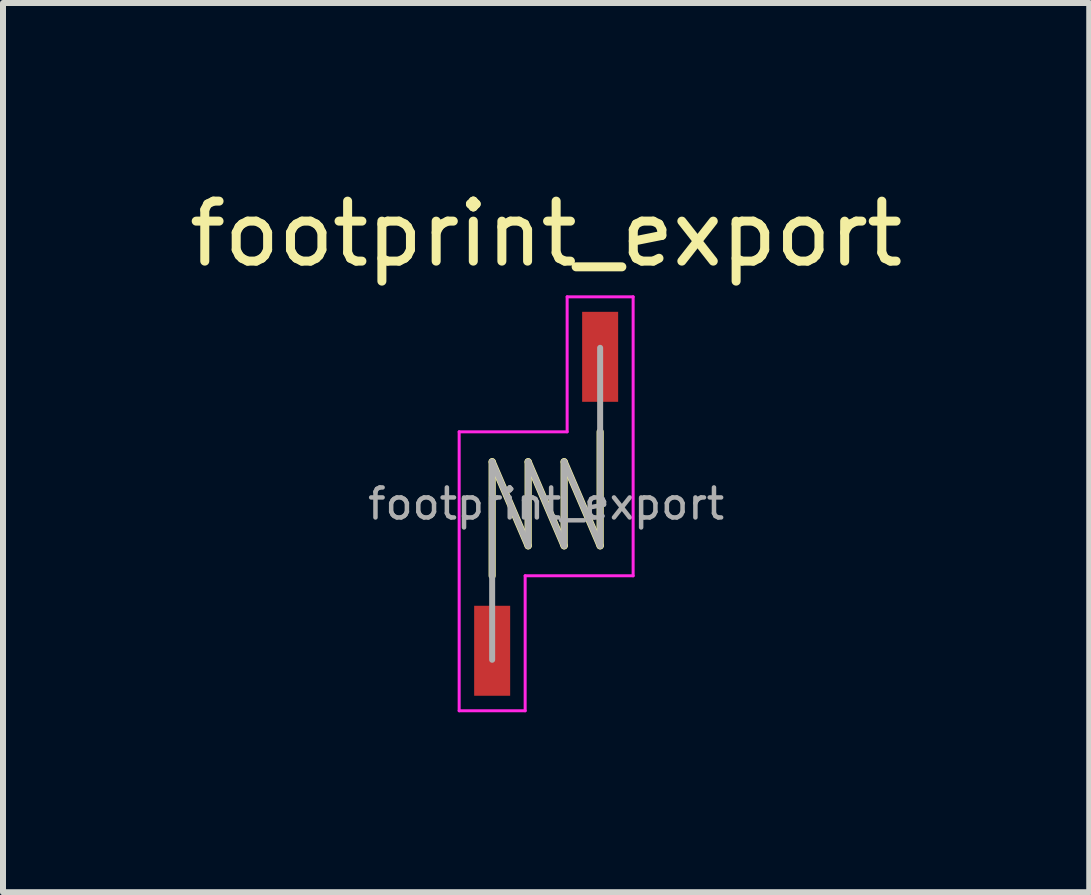
<source format=kicad_pcb>
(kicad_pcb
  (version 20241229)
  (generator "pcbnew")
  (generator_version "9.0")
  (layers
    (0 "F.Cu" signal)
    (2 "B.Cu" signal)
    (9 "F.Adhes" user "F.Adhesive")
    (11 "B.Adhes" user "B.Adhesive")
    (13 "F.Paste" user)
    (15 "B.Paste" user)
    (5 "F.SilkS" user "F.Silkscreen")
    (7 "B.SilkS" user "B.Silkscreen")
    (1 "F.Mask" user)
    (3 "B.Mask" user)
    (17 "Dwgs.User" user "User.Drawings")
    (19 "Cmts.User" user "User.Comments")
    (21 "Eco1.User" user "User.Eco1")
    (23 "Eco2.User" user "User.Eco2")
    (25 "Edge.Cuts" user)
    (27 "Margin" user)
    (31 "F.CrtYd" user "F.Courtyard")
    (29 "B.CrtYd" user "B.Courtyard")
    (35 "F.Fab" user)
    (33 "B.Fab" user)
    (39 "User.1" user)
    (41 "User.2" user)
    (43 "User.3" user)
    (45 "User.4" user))
  (footprint "footprint_export"
    (layer "F.Cu")
    (at 6.054 5.348)
    (property "Reference" "footprint_export" (at 0 -4.5 0) (layer "F.SilkS") (effects (font (size 1 1) (thickness 0.15))))
    (attr smd)
    (fp_line (start -0.9 -0.7) (end -0.3 0.7) (stroke (width 0.12) (type solid)) (layer "F.SilkS"))
    (fp_line (start -0.9 1.2) (end -0.9 -0.7) (stroke (width 0.12) (type solid)) (layer "F.SilkS"))
    (fp_line (start -0.3 -0.7) (end 0.3 0.7) (stroke (width 0.12) (type solid)) (layer "F.SilkS"))
    (fp_line (start -0.3 0.7) (end -0.3 -0.7) (stroke (width 0.12) (type solid)) (layer "F.SilkS"))
    (fp_line (start 0.3 -0.7) (end 0.9 0.7) (stroke (width 0.12) (type solid)) (layer "F.SilkS"))
    (fp_line (start 0.3 0.7) (end 0.3 -0.7) (stroke (width 0.12) (type solid)) (layer "F.SilkS"))
    (fp_line (start 0.9 -1.2) (end 0.9 0.7) (stroke (width 0.12) (type solid)) (layer "F.SilkS"))
    (fp_line (start -1.45 -1.2) (end -1.45 3.45) (stroke (width 0.05) (type solid)) (layer "F.CrtYd"))
    (fp_line (start -1.45 3.45) (end -0.35 3.45) (stroke (width 0.05) (type solid)) (layer "F.CrtYd"))
    (fp_line (start -0.35 1.2) (end 1.45 1.2) (stroke (width 0.05) (type solid)) (layer "F.CrtYd"))
    (fp_line (start -0.35 3.45) (end -0.35 1.2) (stroke (width 0.05) (type solid)) (layer "F.CrtYd"))
    (fp_line (start 0.35 -3.45) (end 0.35 -1.2) (stroke (width 0.05) (type solid)) (layer "F.CrtYd"))
    (fp_line (start 0.35 -1.2) (end -1.45 -1.2) (stroke (width 0.05) (type solid)) (layer "F.CrtYd"))
    (fp_line (start 1.45 -3.45) (end 0.35 -3.45) (stroke (width 0.05) (type solid)) (layer "F.CrtYd"))
    (fp_line (start 1.45 1.2) (end 1.45 -3.45) (stroke (width 0.05) (type solid)) (layer "F.CrtYd"))
    (fp_line (start -0.9 -0.7) (end -0.3 0.7) (stroke (width 0.1) (type solid)) (layer "F.Fab"))
    (fp_line (start -0.9 2.6) (end -0.9 -0.7) (stroke (width 0.1) (type solid)) (layer "F.Fab"))
    (fp_line (start -0.3 -0.7) (end 0.3 0.7) (stroke (width 0.1) (type solid)) (layer "F.Fab"))
    (fp_line (start -0.3 0.7) (end -0.3 -0.7) (stroke (width 0.1) (type solid)) (layer "F.Fab"))
    (fp_line (start 0.3 -0.7) (end 0.9 0.7) (stroke (width 0.1) (type solid)) (layer "F.Fab"))
    (fp_line (start 0.3 0.7) (end 0.3 -0.7) (stroke (width 0.1) (type solid)) (layer "F.Fab"))
    (fp_line (start 0.9 0.7) (end 0.9 -2.6) (stroke (width 0.1) (type solid)) (layer "F.Fab"))
    (fp_text user "${REFERENCE}" (at 0 0 0) (layer "F.Fab") (effects (font (size 0.5 0.5) (thickness 0.075))))
    (pad "1" smd rect (at -0.9 2.45) (size 0.6 1.5) (layers "F.Cu" "F.Mask" "F.Paste"))
    (pad "2" smd rect (at 0.9 -2.45) (size 0.6 1.5) (layers "F.Cu" "F.Mask" "F.Paste")))
  (gr_rect
    (start -3 -3)
    (end 15.107 11.823)
    (stroke (width 0.1) (type default))
    (fill no)
    (layer "Edge.Cuts")))
</source>
